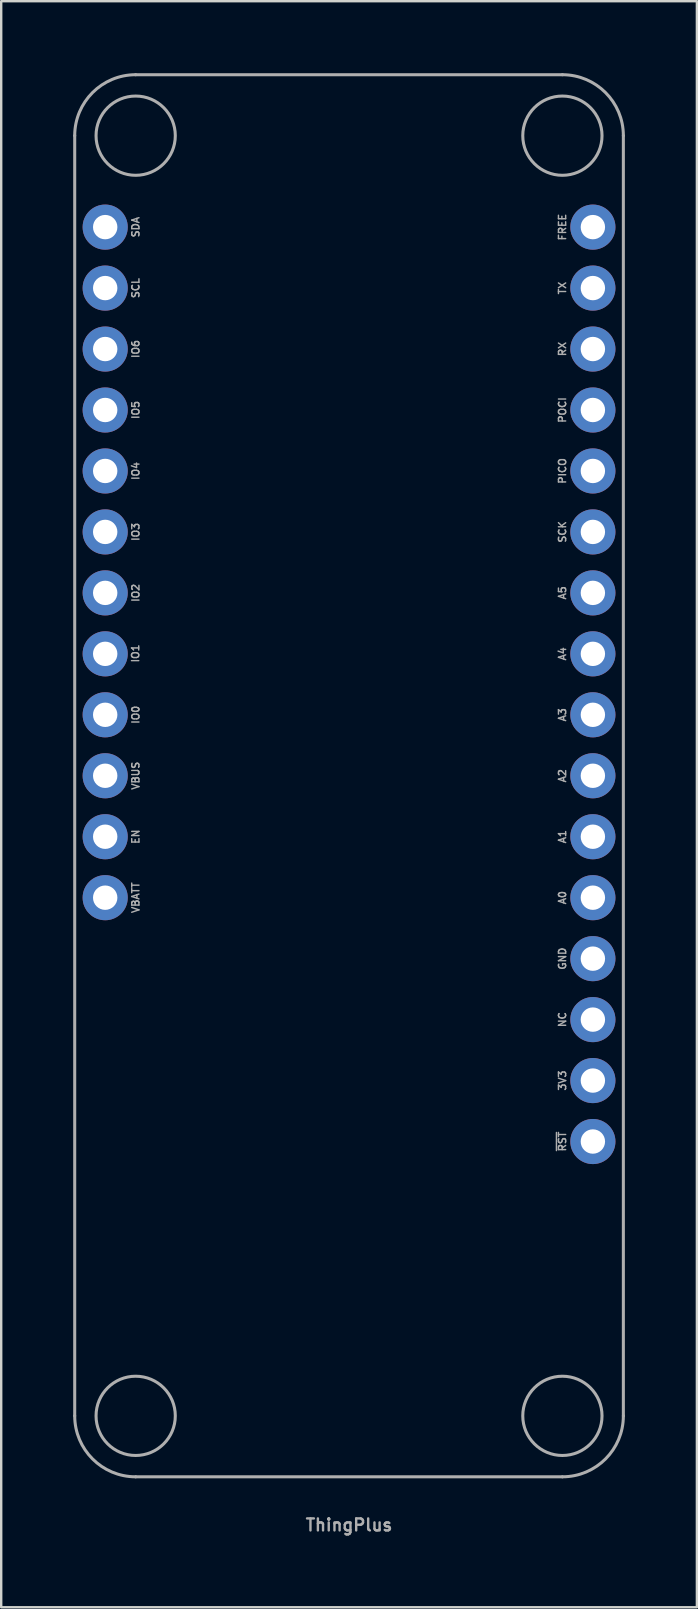
<source format=kicad_pcb>
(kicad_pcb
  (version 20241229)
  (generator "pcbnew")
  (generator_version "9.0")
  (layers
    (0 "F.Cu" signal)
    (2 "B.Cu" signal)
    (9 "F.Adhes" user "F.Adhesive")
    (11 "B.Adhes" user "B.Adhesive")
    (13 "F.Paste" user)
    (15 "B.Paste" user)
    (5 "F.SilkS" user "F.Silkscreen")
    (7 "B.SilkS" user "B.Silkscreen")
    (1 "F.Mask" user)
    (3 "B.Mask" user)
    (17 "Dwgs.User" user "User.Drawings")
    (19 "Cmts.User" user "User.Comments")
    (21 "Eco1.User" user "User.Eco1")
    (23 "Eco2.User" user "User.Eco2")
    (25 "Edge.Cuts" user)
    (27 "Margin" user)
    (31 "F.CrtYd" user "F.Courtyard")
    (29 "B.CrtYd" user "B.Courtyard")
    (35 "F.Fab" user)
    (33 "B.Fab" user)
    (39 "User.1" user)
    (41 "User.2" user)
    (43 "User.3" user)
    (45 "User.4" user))
  (footprint "ThingPlus"
    (layer "F.Cu")
    (at 11.493 29.273)
    (property "Reference" "ThingPlus" (at 0 31.51 0) (layer "F.Fab") (effects (font (size 0.5 0.5) (thickness 0.1) (bold yes)) (justify bottom)))
    (fp_line (start -11.43 26.67) (end -11.43 -26.67) (stroke (width 0.127) (type solid)) (layer "F.Fab"))
    (fp_line (start -8.89 -29.21) (end 8.89 -29.21) (stroke (width 0.127) (type solid)) (layer "F.Fab"))
    (fp_line (start 8.89 29.21) (end -8.89 29.21) (stroke (width 0.127) (type solid)) (layer "F.Fab"))
    (fp_line (start 11.43 -26.67) (end 11.43 26.67) (stroke (width 0.127) (type solid)) (layer "F.Fab"))
    (fp_arc (start -11.43 -26.67) (mid -10.686051 -28.466051) (end -8.89 -29.21) (stroke (width 0.127) (type solid)) (layer "F.Fab"))
    (fp_arc (start -8.89 29.21) (mid -10.686051 28.466051) (end -11.43 26.67) (stroke (width 0.127) (type solid)) (layer "F.Fab"))
    (fp_arc (start 8.89 -29.21) (mid 10.686051 -28.466051) (end 11.43 -26.67) (stroke (width 0.127) (type solid)) (layer "F.Fab"))
    (fp_arc (start 11.43 26.67) (mid 10.686051 28.466051) (end 8.89 29.21) (stroke (width 0.127) (type solid)) (layer "F.Fab"))
    (fp_circle (center -8.89 -26.67) (end -7.239 -26.67) (stroke (width 0.127) (type solid)) (fill no) (layer "F.Fab"))
    (fp_circle (center -8.89 26.67) (end -7.239 26.67) (stroke (width 0.127) (type solid)) (fill no) (layer "F.Fab"))
    (fp_circle (center 8.89 -26.67) (end 10.541 -26.67) (stroke (width 0.127) (type solid)) (fill no) (layer "F.Fab"))
    (fp_circle (center 8.89 26.67) (end 10.541 26.67) (stroke (width 0.127) (type solid)) (fill no) (layer "F.Fab"))
    (fp_text user "VBUS" (at -8.89 0 90) (unlocked yes) (layer "F.Fab") (effects (font (size 0.3 0.3) (thickness 0.06) (bold yes))))
    (fp_text user "A4" (at 8.89 -5.08 90) (unlocked yes) (layer "F.Fab") (effects (font (size 0.3 0.3) (thickness 0.06) (bold yes))))
    (fp_text user "VBATT" (at -8.89 5.08 90) (unlocked yes) (layer "F.Fab") (effects (font (size 0.3 0.3) (thickness 0.06) (bold yes))))
    (fp_text user "SCK" (at 8.89 -10.16 90) (unlocked yes) (layer "F.Fab") (effects (font (size 0.3 0.3) (thickness 0.06) (bold yes))))
    (fp_text user "IO1" (at -8.899 -5.097 90) (unlocked yes) (layer "F.Fab") (effects (font (size 0.3 0.3) (thickness 0.06) (bold yes))))
    (fp_text user "~{RST}" (at 8.89 15.24 90) (unlocked yes) (layer "F.Fab") (effects (font (size 0.3 0.3) (thickness 0.06) (bold yes))))
    (fp_text user "A1" (at 8.89 2.54 90) (unlocked yes) (layer "F.Fab") (effects (font (size 0.3 0.3) (thickness 0.06) (bold yes))))
    (fp_text user "IO3" (at -8.89 -10.16 90) (unlocked yes) (layer "F.Fab") (effects (font (size 0.3 0.3) (thickness 0.06) (bold yes))))
    (fp_text user "SDA" (at -8.89 -22.86 90) (unlocked yes) (layer "F.Fab") (effects (font (size 0.3 0.3) (thickness 0.06) (bold yes))))
    (fp_text user "IO4" (at -8.89 -12.7 90) (unlocked yes) (layer "F.Fab") (effects (font (size 0.3 0.3) (thickness 0.06) (bold yes))))
    (fp_text user "A2" (at 8.89 0 90) (unlocked yes) (layer "F.Fab") (effects (font (size 0.3 0.3) (thickness 0.06) (bold yes))))
    (fp_text user "PICO" (at 8.89 -12.7 90) (unlocked yes) (layer "F.Fab") (effects (font (size 0.3 0.3) (thickness 0.06) (bold yes))))
    (fp_text user "3V3" (at 8.89 12.7 90) (unlocked yes) (layer "F.Fab") (effects (font (size 0.3 0.3) (thickness 0.06) (bold yes))))
    (fp_text user "TX" (at 8.89 -20.32 90) (unlocked yes) (layer "F.Fab") (effects (font (size 0.3 0.3) (thickness 0.06) (bold yes))))
    (fp_text user "EN" (at -8.89 2.54 90) (unlocked yes) (layer "F.Fab") (effects (font (size 0.3 0.3) (thickness 0.06) (bold yes))))
    (fp_text user "A5" (at 8.89 -7.62 90) (unlocked yes) (layer "F.Fab") (effects (font (size 0.3 0.3) (thickness 0.06) (bold yes))))
    (fp_text user "A0" (at 8.89 5.08 90) (unlocked yes) (layer "F.Fab") (effects (font (size 0.3 0.3) (thickness 0.06) (bold yes))))
    (fp_text user "FREE" (at 8.89 -22.86 90) (unlocked yes) (layer "F.Fab") (effects (font (size 0.3 0.3) (thickness 0.06) (bold yes))))
    (fp_text user "IO2" (at -8.89 -7.62 90) (unlocked yes) (layer "F.Fab") (effects (font (size 0.3 0.3) (thickness 0.06) (bold yes))))
    (fp_text user "IO0" (at -8.89 -2.54 90) (unlocked yes) (layer "F.Fab") (effects (font (size 0.3 0.3) (thickness 0.06) (bold yes))))
    (fp_text user "NC" (at 8.89 10.16 90) (unlocked yes) (layer "F.Fab") (effects (font (size 0.3 0.3) (thickness 0.06) (bold yes))))
    (fp_text user "SCL" (at -8.89 -20.32 90) (unlocked yes) (layer "F.Fab") (effects (font (size 0.3 0.3) (thickness 0.06) (bold yes))))
    (fp_text user "GND" (at 8.89 7.62 90) (unlocked yes) (layer "F.Fab") (effects (font (size 0.3 0.3) (thickness 0.06) (bold yes))))
    (fp_text user "RX" (at 8.89 -17.78 90) (unlocked yes) (layer "F.Fab") (effects (font (size 0.3 0.3) (thickness 0.06) (bold yes))))
    (fp_text user "A3" (at 8.89 -2.54 90) (unlocked yes) (layer "F.Fab") (effects (font (size 0.3 0.3) (thickness 0.06) (bold yes))))
    (fp_text user "IO5" (at -8.89 -15.24 90) (unlocked yes) (layer "F.Fab") (effects (font (size 0.3 0.3) (thickness 0.06) (bold yes))))
    (fp_text user "POCI" (at 8.89 -15.24 90) (unlocked yes) (layer "F.Fab") (effects (font (size 0.3 0.3) (thickness 0.06) (bold yes))))
    (fp_text user "IO6" (at -8.89 -17.78 90) (unlocked yes) (layer "F.Fab") (effects (font (size 0.3 0.3) (thickness 0.06) (bold yes))))
    (pad "1" thru_hole circle (at -10.16 -22.86) (size 1.88 1.88) (drill 1.016) (layers "*.Cu" "*.Mask"))
    (pad "2" thru_hole circle (at -10.16 -20.32) (size 1.88 1.88) (drill 1.016) (layers "*.Cu" "*.Mask"))
    (pad "3" thru_hole circle (at -10.16 -17.78) (size 1.88 1.88) (drill 1.016) (layers "*.Cu" "*.Mask"))
    (pad "4" thru_hole circle (at -10.16 -15.24) (size 1.88 1.88) (drill 1.016) (layers "*.Cu" "*.Mask"))
    (pad "5" thru_hole circle (at -10.16 -12.7) (size 1.88 1.88) (drill 1.016) (layers "*.Cu" "*.Mask"))
    (pad "6" thru_hole circle (at -10.16 -10.16) (size 1.88 1.88) (drill 1.016) (layers "*.Cu" "*.Mask"))
    (pad "7" thru_hole circle (at -10.16 -7.62) (size 1.88 1.88) (drill 1.016) (layers "*.Cu" "*.Mask"))
    (pad "8" thru_hole circle (at -10.16 -5.08) (size 1.88 1.88) (drill 1.016) (layers "*.Cu" "*.Mask"))
    (pad "9" thru_hole circle (at -10.16 -2.54) (size 1.88 1.88) (drill 1.016) (layers "*.Cu" "*.Mask"))
    (pad "10" thru_hole circle (at -10.16 0) (size 1.88 1.88) (drill 1.016) (layers "*.Cu" "*.Mask"))
    (pad "11" thru_hole circle (at -10.16 2.54) (size 1.88 1.88) (drill 1.016) (layers "*.Cu" "*.Mask"))
    (pad "12" thru_hole circle (at -10.16 5.08) (size 1.88 1.88) (drill 1.016) (layers "*.Cu" "*.Mask"))
    (pad "13" thru_hole circle (at 10.16 -22.86) (size 1.88 1.88) (drill 1.016) (layers "*.Cu" "*.Mask"))
    (pad "14" thru_hole circle (at 10.16 -20.32) (size 1.88 1.88) (drill 1.016) (layers "*.Cu" "*.Mask"))
    (pad "15" thru_hole circle (at 10.16 -17.78) (size 1.88 1.88) (drill 1.016) (layers "*.Cu" "*.Mask"))
    (pad "16" thru_hole circle (at 10.16 -15.24) (size 1.88 1.88) (drill 1.016) (layers "*.Cu" "*.Mask"))
    (pad "17" thru_hole circle (at 10.16 -12.7) (size 1.88 1.88) (drill 1.016) (layers "*.Cu" "*.Mask"))
    (pad "18" thru_hole circle (at 10.16 -10.16) (size 1.88 1.88) (drill 1.016) (layers "*.Cu" "*.Mask"))
    (pad "19" thru_hole circle (at 10.16 -7.62) (size 1.88 1.88) (drill 1.016) (layers "*.Cu" "*.Mask"))
    (pad "20" thru_hole circle (at 10.16 -5.08) (size 1.88 1.88) (drill 1.016) (layers "*.Cu" "*.Mask"))
    (pad "21" thru_hole circle (at 10.16 -2.54) (size 1.88 1.88) (drill 1.016) (layers "*.Cu" "*.Mask"))
    (pad "22" thru_hole circle (at 10.16 0) (size 1.88 1.88) (drill 1.016) (layers "*.Cu" "*.Mask"))
    (pad "23" thru_hole circle (at 10.16 2.54) (size 1.88 1.88) (drill 1.016) (layers "*.Cu" "*.Mask"))
    (pad "24" thru_hole circle (at 10.16 5.08) (size 1.88 1.88) (drill 1.016) (layers "*.Cu" "*.Mask"))
    (pad "25" thru_hole circle (at 10.16 7.62) (size 1.88 1.88) (drill 1.016) (layers "*.Cu" "*.Mask"))
    (pad "26" thru_hole circle (at 10.16 10.16) (size 1.88 1.88) (drill 1.016) (layers "*.Cu" "*.Mask"))
    (pad "27" thru_hole circle (at 10.16 12.7) (size 1.88 1.88) (drill 1.016) (layers "*.Cu" "*.Mask"))
    (pad "28" thru_hole circle (at 10.16 15.24) (size 1.88 1.88) (drill 1.016) (layers "*.Cu" "*.Mask")))
  (gr_rect
    (start -3 -3)
    (end 25.987 63.919)
    (stroke (width 0.1) (type default))
    (fill no)
    (layer "Edge.Cuts")))
</source>
